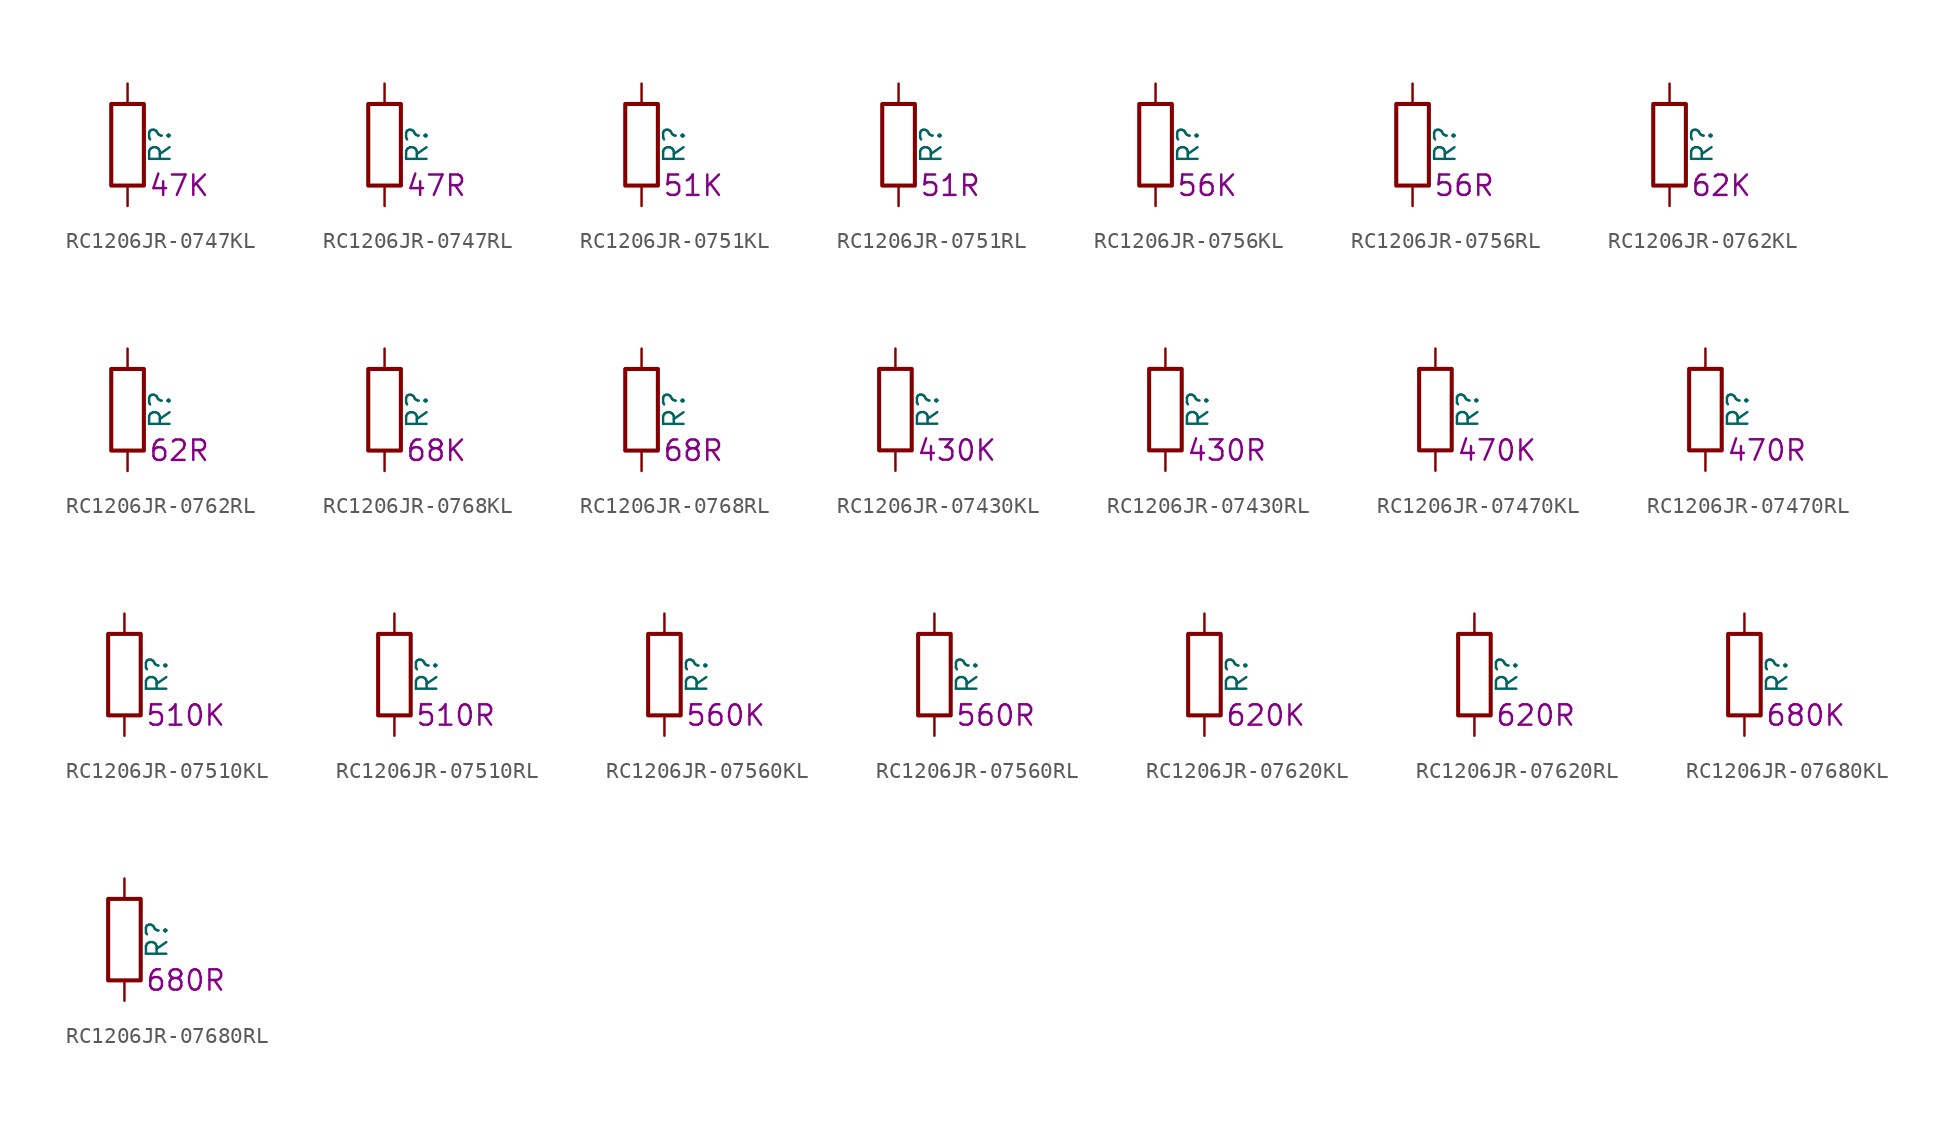
<source format=kicad_sym>
(kicad_symbol_lib
  (version 20220914)
  (generator kicad_symbol_editor)
  (symbol "RC1206JR-0747KL"
    (pin_numbers hide)
    (pin_names
      (offset 0))
    (property "Reference" "R"
      (at 2.032 0 90)
      (effects (font (size 1.27 1.27))))
    (property "Resistance" "47K"
      (at 1.27 -2.54 0)
      (effects (font (size 1.27 1.27)) (justify left)))
    (symbol "RC1206JR-0747KL_0_1"
      (rectangle (start -1.016 -2.54) (end 1.016 2.54) (stroke (width 0.254) (type default)) (fill (type none))))
    (symbol "RC1206JR-0747KL_1_1"
      (pin passive line (at 0 3.81 270) (length 1.27) (name "~" (effects (font (size 1.27 1.27)))) (number "1" (effects (font (size 1.27 1.27)))))
      (pin passive line (at 0 -3.81 90) (length 1.27) (name "~" (effects (font (size 1.27 1.27)))) (number "2" (effects (font (size 1.27 1.27)))))))
  (symbol "RC1206JR-0747RL"
    (pin_numbers hide)
    (pin_names
      (offset 0))
    (property "Reference" "R"
      (at 2.032 0 90)
      (effects (font (size 1.27 1.27))))
    (property "Resistance" "47R"
      (at 1.27 -2.54 0)
      (effects (font (size 1.27 1.27)) (justify left)))
    (symbol "RC1206JR-0747RL_0_1"
      (rectangle (start -1.016 -2.54) (end 1.016 2.54) (stroke (width 0.254) (type default)) (fill (type none))))
    (symbol "RC1206JR-0747RL_1_1"
      (pin passive line (at 0 3.81 270) (length 1.27) (name "~" (effects (font (size 1.27 1.27)))) (number "1" (effects (font (size 1.27 1.27)))))
      (pin passive line (at 0 -3.81 90) (length 1.27) (name "~" (effects (font (size 1.27 1.27)))) (number "2" (effects (font (size 1.27 1.27)))))))
  (symbol "RC1206JR-0751KL"
    (pin_numbers hide)
    (pin_names
      (offset 0))
    (property "Reference" "R"
      (at 2.032 0 90)
      (effects (font (size 1.27 1.27))))
    (property "Resistance" "51K"
      (at 1.27 -2.54 0)
      (effects (font (size 1.27 1.27)) (justify left)))
    (symbol "RC1206JR-0751KL_0_1"
      (rectangle (start -1.016 -2.54) (end 1.016 2.54) (stroke (width 0.254) (type default)) (fill (type none))))
    (symbol "RC1206JR-0751KL_1_1"
      (pin passive line (at 0 3.81 270) (length 1.27) (name "~" (effects (font (size 1.27 1.27)))) (number "1" (effects (font (size 1.27 1.27)))))
      (pin passive line (at 0 -3.81 90) (length 1.27) (name "~" (effects (font (size 1.27 1.27)))) (number "2" (effects (font (size 1.27 1.27)))))))
  (symbol "RC1206JR-0751RL"
    (pin_numbers hide)
    (pin_names
      (offset 0))
    (property "Reference" "R"
      (at 2.032 0 90)
      (effects (font (size 1.27 1.27))))
    (property "Resistance" "51R"
      (at 1.27 -2.54 0)
      (effects (font (size 1.27 1.27)) (justify left)))
    (symbol "RC1206JR-0751RL_0_1"
      (rectangle (start -1.016 -2.54) (end 1.016 2.54) (stroke (width 0.254) (type default)) (fill (type none))))
    (symbol "RC1206JR-0751RL_1_1"
      (pin passive line (at 0 3.81 270) (length 1.27) (name "~" (effects (font (size 1.27 1.27)))) (number "1" (effects (font (size 1.27 1.27)))))
      (pin passive line (at 0 -3.81 90) (length 1.27) (name "~" (effects (font (size 1.27 1.27)))) (number "2" (effects (font (size 1.27 1.27)))))))
  (symbol "RC1206JR-0756KL"
    (pin_numbers hide)
    (pin_names
      (offset 0))
    (property "Reference" "R"
      (at 2.032 0 90)
      (effects (font (size 1.27 1.27))))
    (property "Resistance" "56K"
      (at 1.27 -2.54 0)
      (effects (font (size 1.27 1.27)) (justify left)))
    (symbol "RC1206JR-0756KL_0_1"
      (rectangle (start -1.016 -2.54) (end 1.016 2.54) (stroke (width 0.254) (type default)) (fill (type none))))
    (symbol "RC1206JR-0756KL_1_1"
      (pin passive line (at 0 3.81 270) (length 1.27) (name "~" (effects (font (size 1.27 1.27)))) (number "1" (effects (font (size 1.27 1.27)))))
      (pin passive line (at 0 -3.81 90) (length 1.27) (name "~" (effects (font (size 1.27 1.27)))) (number "2" (effects (font (size 1.27 1.27)))))))
  (symbol "RC1206JR-0756RL"
    (pin_numbers hide)
    (pin_names
      (offset 0))
    (property "Reference" "R"
      (at 2.032 0 90)
      (effects (font (size 1.27 1.27))))
    (property "Resistance" "56R"
      (at 1.27 -2.54 0)
      (effects (font (size 1.27 1.27)) (justify left)))
    (symbol "RC1206JR-0756RL_0_1"
      (rectangle (start -1.016 -2.54) (end 1.016 2.54) (stroke (width 0.254) (type default)) (fill (type none))))
    (symbol "RC1206JR-0756RL_1_1"
      (pin passive line (at 0 3.81 270) (length 1.27) (name "~" (effects (font (size 1.27 1.27)))) (number "1" (effects (font (size 1.27 1.27)))))
      (pin passive line (at 0 -3.81 90) (length 1.27) (name "~" (effects (font (size 1.27 1.27)))) (number "2" (effects (font (size 1.27 1.27)))))))
  (symbol "RC1206JR-0762KL"
    (pin_numbers hide)
    (pin_names
      (offset 0))
    (property "Reference" "R"
      (at 2.032 0 90)
      (effects (font (size 1.27 1.27))))
    (property "Resistance" "62K"
      (at 1.27 -2.54 0)
      (effects (font (size 1.27 1.27)) (justify left)))
    (symbol "RC1206JR-0762KL_0_1"
      (rectangle (start -1.016 -2.54) (end 1.016 2.54) (stroke (width 0.254) (type default)) (fill (type none))))
    (symbol "RC1206JR-0762KL_1_1"
      (pin passive line (at 0 3.81 270) (length 1.27) (name "~" (effects (font (size 1.27 1.27)))) (number "1" (effects (font (size 1.27 1.27)))))
      (pin passive line (at 0 -3.81 90) (length 1.27) (name "~" (effects (font (size 1.27 1.27)))) (number "2" (effects (font (size 1.27 1.27)))))))
  (symbol "RC1206JR-0762RL"
    (pin_numbers hide)
    (pin_names
      (offset 0))
    (property "Reference" "R"
      (at 2.032 0 90)
      (effects (font (size 1.27 1.27))))
    (property "Resistance" "62R"
      (at 1.27 -2.54 0)
      (effects (font (size 1.27 1.27)) (justify left)))
    (symbol "RC1206JR-0762RL_0_1"
      (rectangle (start -1.016 -2.54) (end 1.016 2.54) (stroke (width 0.254) (type default)) (fill (type none))))
    (symbol "RC1206JR-0762RL_1_1"
      (pin passive line (at 0 3.81 270) (length 1.27) (name "~" (effects (font (size 1.27 1.27)))) (number "1" (effects (font (size 1.27 1.27)))))
      (pin passive line (at 0 -3.81 90) (length 1.27) (name "~" (effects (font (size 1.27 1.27)))) (number "2" (effects (font (size 1.27 1.27)))))))
  (symbol "RC1206JR-0768KL"
    (pin_numbers hide)
    (pin_names
      (offset 0))
    (property "Reference" "R"
      (at 2.032 0 90)
      (effects (font (size 1.27 1.27))))
    (property "Resistance" "68K"
      (at 1.27 -2.54 0)
      (effects (font (size 1.27 1.27)) (justify left)))
    (symbol "RC1206JR-0768KL_0_1"
      (rectangle (start -1.016 -2.54) (end 1.016 2.54) (stroke (width 0.254) (type default)) (fill (type none))))
    (symbol "RC1206JR-0768KL_1_1"
      (pin passive line (at 0 3.81 270) (length 1.27) (name "~" (effects (font (size 1.27 1.27)))) (number "1" (effects (font (size 1.27 1.27)))))
      (pin passive line (at 0 -3.81 90) (length 1.27) (name "~" (effects (font (size 1.27 1.27)))) (number "2" (effects (font (size 1.27 1.27)))))))
  (symbol "RC1206JR-0768RL"
    (pin_numbers hide)
    (pin_names
      (offset 0))
    (property "Reference" "R"
      (at 2.032 0 90)
      (effects (font (size 1.27 1.27))))
    (property "Resistance" "68R"
      (at 1.27 -2.54 0)
      (effects (font (size 1.27 1.27)) (justify left)))
    (symbol "RC1206JR-0768RL_0_1"
      (rectangle (start -1.016 -2.54) (end 1.016 2.54) (stroke (width 0.254) (type default)) (fill (type none))))
    (symbol "RC1206JR-0768RL_1_1"
      (pin passive line (at 0 3.81 270) (length 1.27) (name "~" (effects (font (size 1.27 1.27)))) (number "1" (effects (font (size 1.27 1.27)))))
      (pin passive line (at 0 -3.81 90) (length 1.27) (name "~" (effects (font (size 1.27 1.27)))) (number "2" (effects (font (size 1.27 1.27)))))))
  (symbol "RC1206JR-07430KL"
    (pin_numbers hide)
    (pin_names
      (offset 0))
    (property "Reference" "R"
      (at 2.032 0 90)
      (effects (font (size 1.27 1.27))))
    (property "Resistance" "430K"
      (at 1.27 -2.54 0)
      (effects (font (size 1.27 1.27)) (justify left)))
    (symbol "RC1206JR-07430KL_0_1"
      (rectangle (start -1.016 -2.54) (end 1.016 2.54) (stroke (width 0.254) (type default)) (fill (type none))))
    (symbol "RC1206JR-07430KL_1_1"
      (pin passive line (at 0 3.81 270) (length 1.27) (name "~" (effects (font (size 1.27 1.27)))) (number "1" (effects (font (size 1.27 1.27)))))
      (pin passive line (at 0 -3.81 90) (length 1.27) (name "~" (effects (font (size 1.27 1.27)))) (number "2" (effects (font (size 1.27 1.27)))))))
  (symbol "RC1206JR-07430RL"
    (pin_numbers hide)
    (pin_names
      (offset 0))
    (property "Reference" "R"
      (at 2.032 0 90)
      (effects (font (size 1.27 1.27))))
    (property "Resistance" "430R"
      (at 1.27 -2.54 0)
      (effects (font (size 1.27 1.27)) (justify left)))
    (symbol "RC1206JR-07430RL_0_1"
      (rectangle (start -1.016 -2.54) (end 1.016 2.54) (stroke (width 0.254) (type default)) (fill (type none))))
    (symbol "RC1206JR-07430RL_1_1"
      (pin passive line (at 0 3.81 270) (length 1.27) (name "~" (effects (font (size 1.27 1.27)))) (number "1" (effects (font (size 1.27 1.27)))))
      (pin passive line (at 0 -3.81 90) (length 1.27) (name "~" (effects (font (size 1.27 1.27)))) (number "2" (effects (font (size 1.27 1.27)))))))
  (symbol "RC1206JR-07470KL"
    (pin_numbers hide)
    (pin_names
      (offset 0))
    (property "Reference" "R"
      (at 2.032 0 90)
      (effects (font (size 1.27 1.27))))
    (property "Resistance" "470K"
      (at 1.27 -2.54 0)
      (effects (font (size 1.27 1.27)) (justify left)))
    (symbol "RC1206JR-07470KL_0_1"
      (rectangle (start -1.016 -2.54) (end 1.016 2.54) (stroke (width 0.254) (type default)) (fill (type none))))
    (symbol "RC1206JR-07470KL_1_1"
      (pin passive line (at 0 3.81 270) (length 1.27) (name "~" (effects (font (size 1.27 1.27)))) (number "1" (effects (font (size 1.27 1.27)))))
      (pin passive line (at 0 -3.81 90) (length 1.27) (name "~" (effects (font (size 1.27 1.27)))) (number "2" (effects (font (size 1.27 1.27)))))))
  (symbol "RC1206JR-07470RL"
    (pin_numbers hide)
    (pin_names
      (offset 0))
    (property "Reference" "R"
      (at 2.032 0 90)
      (effects (font (size 1.27 1.27))))
    (property "Resistance" "470R"
      (at 1.27 -2.54 0)
      (effects (font (size 1.27 1.27)) (justify left)))
    (symbol "RC1206JR-07470RL_0_1"
      (rectangle (start -1.016 -2.54) (end 1.016 2.54) (stroke (width 0.254) (type default)) (fill (type none))))
    (symbol "RC1206JR-07470RL_1_1"
      (pin passive line (at 0 3.81 270) (length 1.27) (name "~" (effects (font (size 1.27 1.27)))) (number "1" (effects (font (size 1.27 1.27)))))
      (pin passive line (at 0 -3.81 90) (length 1.27) (name "~" (effects (font (size 1.27 1.27)))) (number "2" (effects (font (size 1.27 1.27)))))))
  (symbol "RC1206JR-07510KL"
    (pin_numbers hide)
    (pin_names
      (offset 0))
    (property "Reference" "R"
      (at 2.032 0 90)
      (effects (font (size 1.27 1.27))))
    (property "Resistance" "510K"
      (at 1.27 -2.54 0)
      (effects (font (size 1.27 1.27)) (justify left)))
    (symbol "RC1206JR-07510KL_0_1"
      (rectangle (start -1.016 -2.54) (end 1.016 2.54) (stroke (width 0.254) (type default)) (fill (type none))))
    (symbol "RC1206JR-07510KL_1_1"
      (pin passive line (at 0 3.81 270) (length 1.27) (name "~" (effects (font (size 1.27 1.27)))) (number "1" (effects (font (size 1.27 1.27)))))
      (pin passive line (at 0 -3.81 90) (length 1.27) (name "~" (effects (font (size 1.27 1.27)))) (number "2" (effects (font (size 1.27 1.27)))))))
  (symbol "RC1206JR-07510RL"
    (pin_numbers hide)
    (pin_names
      (offset 0))
    (property "Reference" "R"
      (at 2.032 0 90)
      (effects (font (size 1.27 1.27))))
    (property "Resistance" "510R"
      (at 1.27 -2.54 0)
      (effects (font (size 1.27 1.27)) (justify left)))
    (symbol "RC1206JR-07510RL_0_1"
      (rectangle (start -1.016 -2.54) (end 1.016 2.54) (stroke (width 0.254) (type default)) (fill (type none))))
    (symbol "RC1206JR-07510RL_1_1"
      (pin passive line (at 0 3.81 270) (length 1.27) (name "~" (effects (font (size 1.27 1.27)))) (number "1" (effects (font (size 1.27 1.27)))))
      (pin passive line (at 0 -3.81 90) (length 1.27) (name "~" (effects (font (size 1.27 1.27)))) (number "2" (effects (font (size 1.27 1.27)))))))
  (symbol "RC1206JR-07560KL"
    (pin_numbers hide)
    (pin_names
      (offset 0))
    (property "Reference" "R"
      (at 2.032 0 90)
      (effects (font (size 1.27 1.27))))
    (property "Resistance" "560K"
      (at 1.27 -2.54 0)
      (effects (font (size 1.27 1.27)) (justify left)))
    (symbol "RC1206JR-07560KL_0_1"
      (rectangle (start -1.016 -2.54) (end 1.016 2.54) (stroke (width 0.254) (type default)) (fill (type none))))
    (symbol "RC1206JR-07560KL_1_1"
      (pin passive line (at 0 3.81 270) (length 1.27) (name "~" (effects (font (size 1.27 1.27)))) (number "1" (effects (font (size 1.27 1.27)))))
      (pin passive line (at 0 -3.81 90) (length 1.27) (name "~" (effects (font (size 1.27 1.27)))) (number "2" (effects (font (size 1.27 1.27)))))))
  (symbol "RC1206JR-07560RL"
    (pin_numbers hide)
    (pin_names
      (offset 0))
    (property "Reference" "R"
      (at 2.032 0 90)
      (effects (font (size 1.27 1.27))))
    (property "Resistance" "560R"
      (at 1.27 -2.54 0)
      (effects (font (size 1.27 1.27)) (justify left)))
    (symbol "RC1206JR-07560RL_0_1"
      (rectangle (start -1.016 -2.54) (end 1.016 2.54) (stroke (width 0.254) (type default)) (fill (type none))))
    (symbol "RC1206JR-07560RL_1_1"
      (pin passive line (at 0 3.81 270) (length 1.27) (name "~" (effects (font (size 1.27 1.27)))) (number "1" (effects (font (size 1.27 1.27)))))
      (pin passive line (at 0 -3.81 90) (length 1.27) (name "~" (effects (font (size 1.27 1.27)))) (number "2" (effects (font (size 1.27 1.27)))))))
  (symbol "RC1206JR-07620KL"
    (pin_numbers hide)
    (pin_names
      (offset 0))
    (property "Reference" "R"
      (at 2.032 0 90)
      (effects (font (size 1.27 1.27))))
    (property "Resistance" "620K"
      (at 1.27 -2.54 0)
      (effects (font (size 1.27 1.27)) (justify left)))
    (symbol "RC1206JR-07620KL_0_1"
      (rectangle (start -1.016 -2.54) (end 1.016 2.54) (stroke (width 0.254) (type default)) (fill (type none))))
    (symbol "RC1206JR-07620KL_1_1"
      (pin passive line (at 0 3.81 270) (length 1.27) (name "~" (effects (font (size 1.27 1.27)))) (number "1" (effects (font (size 1.27 1.27)))))
      (pin passive line (at 0 -3.81 90) (length 1.27) (name "~" (effects (font (size 1.27 1.27)))) (number "2" (effects (font (size 1.27 1.27)))))))
  (symbol "RC1206JR-07620RL"
    (pin_numbers hide)
    (pin_names
      (offset 0))
    (property "Reference" "R"
      (at 2.032 0 90)
      (effects (font (size 1.27 1.27))))
    (property "Resistance" "620R"
      (at 1.27 -2.54 0)
      (effects (font (size 1.27 1.27)) (justify left)))
    (symbol "RC1206JR-07620RL_0_1"
      (rectangle (start -1.016 -2.54) (end 1.016 2.54) (stroke (width 0.254) (type default)) (fill (type none))))
    (symbol "RC1206JR-07620RL_1_1"
      (pin passive line (at 0 3.81 270) (length 1.27) (name "~" (effects (font (size 1.27 1.27)))) (number "1" (effects (font (size 1.27 1.27)))))
      (pin passive line (at 0 -3.81 90) (length 1.27) (name "~" (effects (font (size 1.27 1.27)))) (number "2" (effects (font (size 1.27 1.27)))))))
  (symbol "RC1206JR-07680KL"
    (pin_numbers hide)
    (pin_names
      (offset 0))
    (property "Reference" "R"
      (at 2.032 0 90)
      (effects (font (size 1.27 1.27))))
    (property "Resistance" "680K"
      (at 1.27 -2.54 0)
      (effects (font (size 1.27 1.27)) (justify left)))
    (symbol "RC1206JR-07680KL_0_1"
      (rectangle (start -1.016 -2.54) (end 1.016 2.54) (stroke (width 0.254) (type default)) (fill (type none))))
    (symbol "RC1206JR-07680KL_1_1"
      (pin passive line (at 0 3.81 270) (length 1.27) (name "~" (effects (font (size 1.27 1.27)))) (number "1" (effects (font (size 1.27 1.27)))))
      (pin passive line (at 0 -3.81 90) (length 1.27) (name "~" (effects (font (size 1.27 1.27)))) (number "2" (effects (font (size 1.27 1.27)))))))
  (symbol "RC1206JR-07680RL"
    (pin_numbers hide)
    (pin_names
      (offset 0))
    (property "Reference" "R"
      (at 2.032 0 90)
      (effects (font (size 1.27 1.27))))
    (property "Resistance" "680R"
      (at 1.27 -2.54 0)
      (effects (font (size 1.27 1.27)) (justify left)))
    (symbol "RC1206JR-07680RL_0_1"
      (rectangle (start -1.016 -2.54) (end 1.016 2.54) (stroke (width 0.254) (type default)) (fill (type none))))
    (symbol "RC1206JR-07680RL_1_1"
      (pin passive line (at 0 3.81 270) (length 1.27) (name "~" (effects (font (size 1.27 1.27)))) (number "1" (effects (font (size 1.27 1.27)))))
      (pin passive line (at 0 -3.81 90) (length 1.27) (name "~" (effects (font (size 1.27 1.27)))) (number "2" (effects (font (size 1.27 1.27))))))))
</source>
